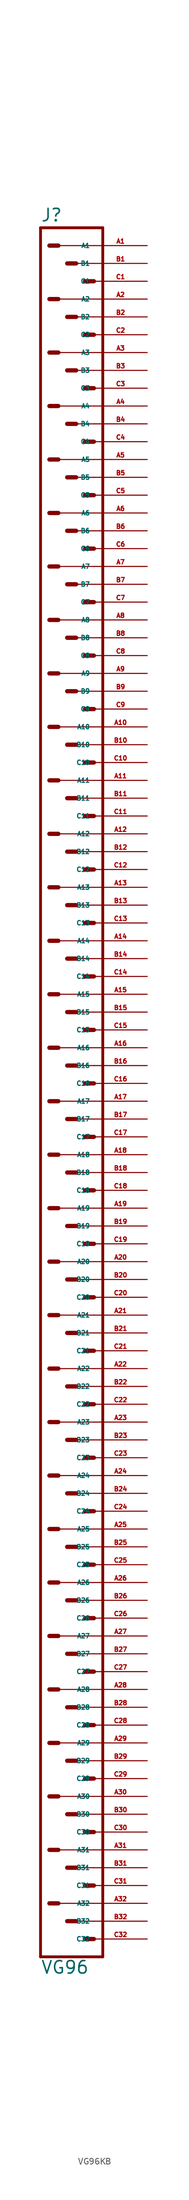
<source format=kicad_sym>
(kicad_symbol_lib
  (version 20220914)
  (generator Eagle2Kicad)
  (symbol "VG96KB"
    (property "Reference" "J"
      (at -5.08 112.522 0)
      (effects (font (size 1.778 1.778) (thickness 0.22)) (justify left bottom)))
    (property "Value" "VG96"
      (at -5.08 -137.16 0)
      (effects (font (size 1.778 1.778) (thickness 0.22)) (justify left bottom)))
    (polyline
      (pts (xy 3.81 -134.62) (xy -5.08 -134.62))
      (stroke (width 0.406) (type default))
      (fill (type none)))
    (polyline
      (pts (xy -5.08 111.76) (xy -5.08 -134.62))
      (stroke (width 0.406) (type default))
      (fill (type none)))
    (polyline
      (pts (xy -5.08 111.76) (xy 3.81 111.76))
      (stroke (width 0.406) (type default))
      (fill (type none)))
    (polyline
      (pts (xy 3.81 -134.62) (xy 3.81 111.76))
      (stroke (width 0.406) (type default))
      (fill (type none)))
    (polyline
      (pts (xy 2.54 106.68) (xy 0 106.68))
      (stroke (width 0.152) (type default))
      (fill (type none)))
    (polyline
      (pts (xy -2.54 109.22) (xy 2.54 109.22))
      (stroke (width 0.152) (type default))
      (fill (type none)))
    (polyline
      (pts (xy 2.54 99.06) (xy 0 99.06))
      (stroke (width 0.152) (type default))
      (fill (type none)))
    (polyline
      (pts (xy -2.54 101.6) (xy 2.54 101.6))
      (stroke (width 0.152) (type default))
      (fill (type none)))
    (polyline
      (pts (xy 2.54 91.44) (xy 0 91.44))
      (stroke (width 0.152) (type default))
      (fill (type none)))
    (polyline
      (pts (xy -2.54 93.98) (xy 2.54 93.98))
      (stroke (width 0.152) (type default))
      (fill (type none)))
    (polyline
      (pts (xy -2.54 86.36) (xy 2.54 86.36))
      (stroke (width 0.152) (type default))
      (fill (type none)))
    (polyline
      (pts (xy 2.54 83.82) (xy 0 83.82))
      (stroke (width 0.152) (type default))
      (fill (type none)))
    (polyline
      (pts (xy 2.54 76.2) (xy 0 76.2))
      (stroke (width 0.152) (type default))
      (fill (type none)))
    (polyline
      (pts (xy -2.54 78.74) (xy 2.54 78.74))
      (stroke (width 0.152) (type default))
      (fill (type none)))
    (polyline
      (pts (xy 2.54 68.58) (xy 0 68.58))
      (stroke (width 0.152) (type default))
      (fill (type none)))
    (polyline
      (pts (xy -2.54 71.12) (xy 2.54 71.12))
      (stroke (width 0.152) (type default))
      (fill (type none)))
    (polyline
      (pts (xy 2.54 60.96) (xy 0 60.96))
      (stroke (width 0.152) (type default))
      (fill (type none)))
    (polyline
      (pts (xy -2.54 63.5) (xy 2.54 63.5))
      (stroke (width 0.152) (type default))
      (fill (type none)))
    (polyline
      (pts (xy 2.54 53.34) (xy 0 53.34))
      (stroke (width 0.152) (type default))
      (fill (type none)))
    (polyline
      (pts (xy -2.54 55.88) (xy 2.54 55.88))
      (stroke (width 0.152) (type default))
      (fill (type none)))
    (polyline
      (pts (xy 2.54 45.72) (xy 0 45.72))
      (stroke (width 0.152) (type default))
      (fill (type none)))
    (polyline
      (pts (xy -2.54 48.26) (xy 2.54 48.26))
      (stroke (width 0.152) (type default))
      (fill (type none)))
    (polyline
      (pts (xy 2.54 38.1) (xy 0 38.1))
      (stroke (width 0.152) (type default))
      (fill (type none)))
    (polyline
      (pts (xy -2.54 40.64) (xy 2.54 40.64))
      (stroke (width 0.152) (type default))
      (fill (type none)))
    (polyline
      (pts (xy 2.54 30.48) (xy 0 30.48))
      (stroke (width 0.152) (type default))
      (fill (type none)))
    (polyline
      (pts (xy -2.54 33.02) (xy 2.54 33.02))
      (stroke (width 0.152) (type default))
      (fill (type none)))
    (polyline
      (pts (xy 2.54 22.86) (xy 0 22.86))
      (stroke (width 0.152) (type default))
      (fill (type none)))
    (polyline
      (pts (xy -2.54 25.4) (xy 2.54 25.4))
      (stroke (width 0.152) (type default))
      (fill (type none)))
    (polyline
      (pts (xy 2.54 15.24) (xy 0 15.24))
      (stroke (width 0.152) (type default))
      (fill (type none)))
    (polyline
      (pts (xy -2.54 17.78) (xy 2.54 17.78))
      (stroke (width 0.152) (type default))
      (fill (type none)))
    (polyline
      (pts (xy 2.54 7.62) (xy 0 7.62))
      (stroke (width 0.152) (type default))
      (fill (type none)))
    (polyline
      (pts (xy -2.54 10.16) (xy 2.54 10.16))
      (stroke (width 0.152) (type default))
      (fill (type none)))
    (polyline
      (pts (xy 2.54 0) (xy 0 0))
      (stroke (width 0.152) (type default))
      (fill (type none)))
    (polyline
      (pts (xy -2.54 2.54) (xy 2.54 2.54))
      (stroke (width 0.152) (type default))
      (fill (type none)))
    (polyline
      (pts (xy 2.54 -7.62) (xy 0 -7.62))
      (stroke (width 0.152) (type default))
      (fill (type none)))
    (polyline
      (pts (xy -2.54 -5.08) (xy 2.54 -5.08))
      (stroke (width 0.152) (type default))
      (fill (type none)))
    (polyline
      (pts (xy 2.54 -15.24) (xy 0 -15.24))
      (stroke (width 0.152) (type default))
      (fill (type none)))
    (polyline
      (pts (xy -2.54 -12.7) (xy 2.54 -12.7))
      (stroke (width 0.152) (type default))
      (fill (type none)))
    (polyline
      (pts (xy 2.54 -22.86) (xy 0 -22.86))
      (stroke (width 0.152) (type default))
      (fill (type none)))
    (polyline
      (pts (xy -2.54 -20.32) (xy 2.54 -20.32))
      (stroke (width 0.152) (type default))
      (fill (type none)))
    (polyline
      (pts (xy 2.54 -30.48) (xy 0 -30.48))
      (stroke (width 0.152) (type default))
      (fill (type none)))
    (polyline
      (pts (xy -2.54 -27.94) (xy 2.54 -27.94))
      (stroke (width 0.152) (type default))
      (fill (type none)))
    (polyline
      (pts (xy 2.54 -38.1) (xy 0 -38.1))
      (stroke (width 0.152) (type default))
      (fill (type none)))
    (polyline
      (pts (xy -2.54 -35.56) (xy 2.54 -35.56))
      (stroke (width 0.152) (type default))
      (fill (type none)))
    (polyline
      (pts (xy 2.54 -45.72) (xy 0 -45.72))
      (stroke (width 0.152) (type default))
      (fill (type none)))
    (polyline
      (pts (xy -2.54 -43.18) (xy 2.54 -43.18))
      (stroke (width 0.152) (type default))
      (fill (type none)))
    (polyline
      (pts (xy 2.54 -53.34) (xy 0 -53.34))
      (stroke (width 0.152) (type default))
      (fill (type none)))
    (polyline
      (pts (xy -2.54 -50.8) (xy 2.54 -50.8))
      (stroke (width 0.152) (type default))
      (fill (type none)))
    (polyline
      (pts (xy 2.54 -60.96) (xy 0 -60.96))
      (stroke (width 0.152) (type default))
      (fill (type none)))
    (polyline
      (pts (xy -2.54 -58.42) (xy 2.54 -58.42))
      (stroke (width 0.152) (type default))
      (fill (type none)))
    (polyline
      (pts (xy 2.54 -68.58) (xy 0 -68.58))
      (stroke (width 0.152) (type default))
      (fill (type none)))
    (polyline
      (pts (xy -2.54 -66.04) (xy 2.54 -66.04))
      (stroke (width 0.152) (type default))
      (fill (type none)))
    (polyline
      (pts (xy 2.54 -76.2) (xy 0 -76.2))
      (stroke (width 0.152) (type default))
      (fill (type none)))
    (polyline
      (pts (xy -2.54 -73.66) (xy 2.54 -73.66))
      (stroke (width 0.152) (type default))
      (fill (type none)))
    (polyline
      (pts (xy 2.54 -83.82) (xy 0 -83.82))
      (stroke (width 0.152) (type default))
      (fill (type none)))
    (polyline
      (pts (xy -2.54 -81.28) (xy 2.54 -81.28))
      (stroke (width 0.152) (type default))
      (fill (type none)))
    (polyline
      (pts (xy 2.54 -91.44) (xy 0 -91.44))
      (stroke (width 0.152) (type default))
      (fill (type none)))
    (polyline
      (pts (xy 2.54 -99.06) (xy 0 -99.06))
      (stroke (width 0.152) (type default))
      (fill (type none)))
    (polyline
      (pts (xy 2.54 -106.68) (xy 0 -106.68))
      (stroke (width 0.152) (type default))
      (fill (type none)))
    (polyline
      (pts (xy -2.54 -88.9) (xy 2.54 -88.9))
      (stroke (width 0.152) (type default))
      (fill (type none)))
    (polyline
      (pts (xy -2.54 -96.52) (xy 2.54 -96.52))
      (stroke (width 0.152) (type default))
      (fill (type none)))
    (polyline
      (pts (xy -2.54 -104.14) (xy 2.54 -104.14))
      (stroke (width 0.152) (type default))
      (fill (type none)))
    (polyline
      (pts (xy 2.54 -114.3) (xy 0 -114.3))
      (stroke (width 0.152) (type default))
      (fill (type none)))
    (polyline
      (pts (xy -2.54 -111.76) (xy 2.54 -111.76))
      (stroke (width 0.152) (type default))
      (fill (type none)))
    (polyline
      (pts (xy 2.54 -121.92) (xy 0 -121.92))
      (stroke (width 0.152) (type default))
      (fill (type none)))
    (polyline
      (pts (xy -2.54 -119.38) (xy 2.54 -119.38))
      (stroke (width 0.152) (type default))
      (fill (type none)))
    (polyline
      (pts (xy -2.54 -127) (xy 2.54 -127))
      (stroke (width 0.152) (type default))
      (fill (type none)))
    (polyline
      (pts (xy 2.54 -129.54) (xy 0 -129.54))
      (stroke (width 0.152) (type default))
      (fill (type none)))
    (polyline
      (pts (xy -3.81 -127) (xy -2.54 -127))
      (stroke (width 0.61) (type default))
      (fill (type none)))
    (polyline
      (pts (xy -1.27 -129.54) (xy 0 -129.54))
      (stroke (width 0.61) (type default))
      (fill (type none)))
    (polyline
      (pts (xy 1.27 -132.08) (xy 2.54 -132.08))
      (stroke (width 0.61) (type default))
      (fill (type none)))
    (polyline
      (pts (xy -3.81 -119.38) (xy -2.54 -119.38))
      (stroke (width 0.61) (type default))
      (fill (type none)))
    (polyline
      (pts (xy -1.27 -121.92) (xy 0 -121.92))
      (stroke (width 0.61) (type default))
      (fill (type none)))
    (polyline
      (pts (xy 1.27 -124.46) (xy 2.54 -124.46))
      (stroke (width 0.61) (type default))
      (fill (type none)))
    (polyline
      (pts (xy -3.81 -111.76) (xy -2.54 -111.76))
      (stroke (width 0.61) (type default))
      (fill (type none)))
    (polyline
      (pts (xy -1.27 -114.3) (xy 0 -114.3))
      (stroke (width 0.61) (type default))
      (fill (type none)))
    (polyline
      (pts (xy 1.27 -116.84) (xy 2.54 -116.84))
      (stroke (width 0.61) (type default))
      (fill (type none)))
    (polyline
      (pts (xy -3.81 -104.14) (xy -2.54 -104.14))
      (stroke (width 0.61) (type default))
      (fill (type none)))
    (polyline
      (pts (xy -1.27 -106.68) (xy 0 -106.68))
      (stroke (width 0.61) (type default))
      (fill (type none)))
    (polyline
      (pts (xy 1.27 -109.22) (xy 2.54 -109.22))
      (stroke (width 0.61) (type default))
      (fill (type none)))
    (polyline
      (pts (xy -3.81 -96.52) (xy -2.54 -96.52))
      (stroke (width 0.61) (type default))
      (fill (type none)))
    (polyline
      (pts (xy -1.27 -99.06) (xy 0 -99.06))
      (stroke (width 0.61) (type default))
      (fill (type none)))
    (polyline
      (pts (xy 1.27 -101.6) (xy 2.54 -101.6))
      (stroke (width 0.61) (type default))
      (fill (type none)))
    (polyline
      (pts (xy -3.81 -88.9) (xy -2.54 -88.9))
      (stroke (width 0.61) (type default))
      (fill (type none)))
    (polyline
      (pts (xy -1.27 -91.44) (xy 0 -91.44))
      (stroke (width 0.61) (type default))
      (fill (type none)))
    (polyline
      (pts (xy 1.27 -93.98) (xy 2.54 -93.98))
      (stroke (width 0.61) (type default))
      (fill (type none)))
    (polyline
      (pts (xy -3.81 -81.28) (xy -2.54 -81.28))
      (stroke (width 0.61) (type default))
      (fill (type none)))
    (polyline
      (pts (xy -1.27 -83.82) (xy 0 -83.82))
      (stroke (width 0.61) (type default))
      (fill (type none)))
    (polyline
      (pts (xy 1.27 -86.36) (xy 2.54 -86.36))
      (stroke (width 0.61) (type default))
      (fill (type none)))
    (polyline
      (pts (xy -3.81 -73.66) (xy -2.54 -73.66))
      (stroke (width 0.61) (type default))
      (fill (type none)))
    (polyline
      (pts (xy -1.27 -76.2) (xy 0 -76.2))
      (stroke (width 0.61) (type default))
      (fill (type none)))
    (polyline
      (pts (xy 1.27 -78.74) (xy 2.54 -78.74))
      (stroke (width 0.61) (type default))
      (fill (type none)))
    (polyline
      (pts (xy -3.81 -66.04) (xy -2.54 -66.04))
      (stroke (width 0.61) (type default))
      (fill (type none)))
    (polyline
      (pts (xy -1.27 -68.58) (xy 0 -68.58))
      (stroke (width 0.61) (type default))
      (fill (type none)))
    (polyline
      (pts (xy 1.27 -71.12) (xy 2.54 -71.12))
      (stroke (width 0.61) (type default))
      (fill (type none)))
    (polyline
      (pts (xy -3.81 -58.42) (xy -2.54 -58.42))
      (stroke (width 0.61) (type default))
      (fill (type none)))
    (polyline
      (pts (xy -1.27 -60.96) (xy 0 -60.96))
      (stroke (width 0.61) (type default))
      (fill (type none)))
    (polyline
      (pts (xy 1.27 -63.5) (xy 2.54 -63.5))
      (stroke (width 0.61) (type default))
      (fill (type none)))
    (polyline
      (pts (xy -3.81 -50.8) (xy -2.54 -50.8))
      (stroke (width 0.61) (type default))
      (fill (type none)))
    (polyline
      (pts (xy -1.27 -53.34) (xy 0 -53.34))
      (stroke (width 0.61) (type default))
      (fill (type none)))
    (polyline
      (pts (xy 1.27 -55.88) (xy 2.54 -55.88))
      (stroke (width 0.61) (type default))
      (fill (type none)))
    (polyline
      (pts (xy -3.81 -43.18) (xy -2.54 -43.18))
      (stroke (width 0.61) (type default))
      (fill (type none)))
    (polyline
      (pts (xy -1.27 -45.72) (xy 0 -45.72))
      (stroke (width 0.61) (type default))
      (fill (type none)))
    (polyline
      (pts (xy 1.27 -48.26) (xy 2.54 -48.26))
      (stroke (width 0.61) (type default))
      (fill (type none)))
    (polyline
      (pts (xy -3.81 -35.56) (xy -2.54 -35.56))
      (stroke (width 0.61) (type default))
      (fill (type none)))
    (polyline
      (pts (xy -1.27 -38.1) (xy 0 -38.1))
      (stroke (width 0.61) (type default))
      (fill (type none)))
    (polyline
      (pts (xy 1.27 -40.64) (xy 2.54 -40.64))
      (stroke (width 0.61) (type default))
      (fill (type none)))
    (polyline
      (pts (xy -3.81 -27.94) (xy -2.54 -27.94))
      (stroke (width 0.61) (type default))
      (fill (type none)))
    (polyline
      (pts (xy -1.27 -30.48) (xy 0 -30.48))
      (stroke (width 0.61) (type default))
      (fill (type none)))
    (polyline
      (pts (xy 1.27 -33.02) (xy 2.54 -33.02))
      (stroke (width 0.61) (type default))
      (fill (type none)))
    (polyline
      (pts (xy -3.81 -20.32) (xy -2.54 -20.32))
      (stroke (width 0.61) (type default))
      (fill (type none)))
    (polyline
      (pts (xy -1.27 -22.86) (xy 0 -22.86))
      (stroke (width 0.61) (type default))
      (fill (type none)))
    (polyline
      (pts (xy 1.27 -25.4) (xy 2.54 -25.4))
      (stroke (width 0.61) (type default))
      (fill (type none)))
    (polyline
      (pts (xy -3.81 -12.7) (xy -2.54 -12.7))
      (stroke (width 0.61) (type default))
      (fill (type none)))
    (polyline
      (pts (xy -1.27 -15.24) (xy 0 -15.24))
      (stroke (width 0.61) (type default))
      (fill (type none)))
    (polyline
      (pts (xy 1.27 -17.78) (xy 2.54 -17.78))
      (stroke (width 0.61) (type default))
      (fill (type none)))
    (polyline
      (pts (xy -3.81 -5.08) (xy -2.54 -5.08))
      (stroke (width 0.61) (type default))
      (fill (type none)))
    (polyline
      (pts (xy -1.27 -7.62) (xy 0 -7.62))
      (stroke (width 0.61) (type default))
      (fill (type none)))
    (polyline
      (pts (xy 1.27 -10.16) (xy 2.54 -10.16))
      (stroke (width 0.61) (type default))
      (fill (type none)))
    (polyline
      (pts (xy -3.81 2.54) (xy -2.54 2.54))
      (stroke (width 0.61) (type default))
      (fill (type none)))
    (polyline
      (pts (xy -1.27 0) (xy 0 0))
      (stroke (width 0.61) (type default))
      (fill (type none)))
    (polyline
      (pts (xy 1.27 -2.54) (xy 2.54 -2.54))
      (stroke (width 0.61) (type default))
      (fill (type none)))
    (polyline
      (pts (xy -3.81 10.16) (xy -2.54 10.16))
      (stroke (width 0.61) (type default))
      (fill (type none)))
    (polyline
      (pts (xy -1.27 7.62) (xy 0 7.62))
      (stroke (width 0.61) (type default))
      (fill (type none)))
    (polyline
      (pts (xy 1.27 5.08) (xy 2.54 5.08))
      (stroke (width 0.61) (type default))
      (fill (type none)))
    (polyline
      (pts (xy -3.81 17.78) (xy -2.54 17.78))
      (stroke (width 0.61) (type default))
      (fill (type none)))
    (polyline
      (pts (xy -1.27 15.24) (xy 0 15.24))
      (stroke (width 0.61) (type default))
      (fill (type none)))
    (polyline
      (pts (xy 1.27 12.7) (xy 2.54 12.7))
      (stroke (width 0.61) (type default))
      (fill (type none)))
    (polyline
      (pts (xy -3.81 25.4) (xy -2.54 25.4))
      (stroke (width 0.61) (type default))
      (fill (type none)))
    (polyline
      (pts (xy -1.27 22.86) (xy 0 22.86))
      (stroke (width 0.61) (type default))
      (fill (type none)))
    (polyline
      (pts (xy 1.27 20.32) (xy 2.54 20.32))
      (stroke (width 0.61) (type default))
      (fill (type none)))
    (polyline
      (pts (xy -3.81 33.02) (xy -2.54 33.02))
      (stroke (width 0.61) (type default))
      (fill (type none)))
    (polyline
      (pts (xy -1.27 30.48) (xy 0 30.48))
      (stroke (width 0.61) (type default))
      (fill (type none)))
    (polyline
      (pts (xy 1.27 27.94) (xy 2.54 27.94))
      (stroke (width 0.61) (type default))
      (fill (type none)))
    (polyline
      (pts (xy -3.81 40.64) (xy -2.54 40.64))
      (stroke (width 0.61) (type default))
      (fill (type none)))
    (polyline
      (pts (xy -1.27 38.1) (xy 0 38.1))
      (stroke (width 0.61) (type default))
      (fill (type none)))
    (polyline
      (pts (xy 1.27 35.56) (xy 2.54 35.56))
      (stroke (width 0.61) (type default))
      (fill (type none)))
    (polyline
      (pts (xy -3.81 48.26) (xy -2.54 48.26))
      (stroke (width 0.61) (type default))
      (fill (type none)))
    (polyline
      (pts (xy -1.27 45.72) (xy 0 45.72))
      (stroke (width 0.61) (type default))
      (fill (type none)))
    (polyline
      (pts (xy 1.27 43.18) (xy 2.54 43.18))
      (stroke (width 0.61) (type default))
      (fill (type none)))
    (polyline
      (pts (xy -3.81 55.88) (xy -2.54 55.88))
      (stroke (width 0.61) (type default))
      (fill (type none)))
    (polyline
      (pts (xy -1.27 53.34) (xy 0 53.34))
      (stroke (width 0.61) (type default))
      (fill (type none)))
    (polyline
      (pts (xy 1.27 50.8) (xy 2.54 50.8))
      (stroke (width 0.61) (type default))
      (fill (type none)))
    (polyline
      (pts (xy -3.81 63.5) (xy -2.54 63.5))
      (stroke (width 0.61) (type default))
      (fill (type none)))
    (polyline
      (pts (xy -1.27 60.96) (xy 0 60.96))
      (stroke (width 0.61) (type default))
      (fill (type none)))
    (polyline
      (pts (xy 1.27 58.42) (xy 2.54 58.42))
      (stroke (width 0.61) (type default))
      (fill (type none)))
    (polyline
      (pts (xy -3.81 71.12) (xy -2.54 71.12))
      (stroke (width 0.61) (type default))
      (fill (type none)))
    (polyline
      (pts (xy -1.27 68.58) (xy 0 68.58))
      (stroke (width 0.61) (type default))
      (fill (type none)))
    (polyline
      (pts (xy 1.27 66.04) (xy 2.54 66.04))
      (stroke (width 0.61) (type default))
      (fill (type none)))
    (polyline
      (pts (xy -3.81 78.74) (xy -2.54 78.74))
      (stroke (width 0.61) (type default))
      (fill (type none)))
    (polyline
      (pts (xy -1.27 76.2) (xy 0 76.2))
      (stroke (width 0.61) (type default))
      (fill (type none)))
    (polyline
      (pts (xy 1.27 73.66) (xy 2.54 73.66))
      (stroke (width 0.61) (type default))
      (fill (type none)))
    (polyline
      (pts (xy -3.81 86.36) (xy -2.54 86.36))
      (stroke (width 0.61) (type default))
      (fill (type none)))
    (polyline
      (pts (xy -1.27 83.82) (xy 0 83.82))
      (stroke (width 0.61) (type default))
      (fill (type none)))
    (polyline
      (pts (xy 1.27 81.28) (xy 2.54 81.28))
      (stroke (width 0.61) (type default))
      (fill (type none)))
    (polyline
      (pts (xy -3.81 93.98) (xy -2.54 93.98))
      (stroke (width 0.61) (type default))
      (fill (type none)))
    (polyline
      (pts (xy -1.27 91.44) (xy 0 91.44))
      (stroke (width 0.61) (type default))
      (fill (type none)))
    (polyline
      (pts (xy 1.27 88.9) (xy 2.54 88.9))
      (stroke (width 0.61) (type default))
      (fill (type none)))
    (polyline
      (pts (xy -3.81 101.6) (xy -2.54 101.6))
      (stroke (width 0.61) (type default))
      (fill (type none)))
    (polyline
      (pts (xy -1.27 99.06) (xy 0 99.06))
      (stroke (width 0.61) (type default))
      (fill (type none)))
    (polyline
      (pts (xy 1.27 96.52) (xy 2.54 96.52))
      (stroke (width 0.61) (type default))
      (fill (type none)))
    (polyline
      (pts (xy -3.81 109.22) (xy -2.54 109.22))
      (stroke (width 0.61) (type default))
      (fill (type none)))
    (polyline
      (pts (xy -1.27 106.68) (xy 0 106.68))
      (stroke (width 0.61) (type default))
      (fill (type none)))
    (polyline
      (pts (xy 1.27 104.14) (xy 2.54 104.14))
      (stroke (width 0.61) (type default))
      (fill (type none)))
    (pin passive line
      (at 10.16 106.68 180)
      (length 7.62)
      (name "B1" (effects (font (size 0.635 0.635) (thickness 0.08)) (justify left bottom)))
      (number "B1" (effects (font (size 0.635 0.635) (thickness 0.08)) (justify left bottom))))
    (pin passive line
      (at 10.16 99.06 180)
      (length 7.62)
      (name "B2" (effects (font (size 0.635 0.635) (thickness 0.08)) (justify left bottom)))
      (number "B2" (effects (font (size 0.635 0.635) (thickness 0.08)) (justify left bottom))))
    (pin passive line
      (at 10.16 91.44 180)
      (length 7.62)
      (name "B3" (effects (font (size 0.635 0.635) (thickness 0.08)) (justify left bottom)))
      (number "B3" (effects (font (size 0.635 0.635) (thickness 0.08)) (justify left bottom))))
    (pin passive line
      (at 10.16 83.82 180)
      (length 7.62)
      (name "B4" (effects (font (size 0.635 0.635) (thickness 0.08)) (justify left bottom)))
      (number "B4" (effects (font (size 0.635 0.635) (thickness 0.08)) (justify left bottom))))
    (pin passive line
      (at 10.16 76.2 180)
      (length 7.62)
      (name "B5" (effects (font (size 0.635 0.635) (thickness 0.08)) (justify left bottom)))
      (number "B5" (effects (font (size 0.635 0.635) (thickness 0.08)) (justify left bottom))))
    (pin passive line
      (at 10.16 68.58 180)
      (length 7.62)
      (name "B6" (effects (font (size 0.635 0.635) (thickness 0.08)) (justify left bottom)))
      (number "B6" (effects (font (size 0.635 0.635) (thickness 0.08)) (justify left bottom))))
    (pin passive line
      (at 10.16 60.96 180)
      (length 7.62)
      (name "B7" (effects (font (size 0.635 0.635) (thickness 0.08)) (justify left bottom)))
      (number "B7" (effects (font (size 0.635 0.635) (thickness 0.08)) (justify left bottom))))
    (pin passive line
      (at 10.16 53.34 180)
      (length 7.62)
      (name "B8" (effects (font (size 0.635 0.635) (thickness 0.08)) (justify left bottom)))
      (number "B8" (effects (font (size 0.635 0.635) (thickness 0.08)) (justify left bottom))))
    (pin passive line
      (at 10.16 45.72 180)
      (length 7.62)
      (name "B9" (effects (font (size 0.635 0.635) (thickness 0.08)) (justify left bottom)))
      (number "B9" (effects (font (size 0.635 0.635) (thickness 0.08)) (justify left bottom))))
    (pin passive line
      (at 10.16 38.1 180)
      (length 7.62)
      (name "B10" (effects (font (size 0.635 0.635) (thickness 0.08)) (justify left bottom)))
      (number "B10" (effects (font (size 0.635 0.635) (thickness 0.08)) (justify left bottom))))
    (pin passive line
      (at 10.16 30.48 180)
      (length 7.62)
      (name "B11" (effects (font (size 0.635 0.635) (thickness 0.08)) (justify left bottom)))
      (number "B11" (effects (font (size 0.635 0.635) (thickness 0.08)) (justify left bottom))))
    (pin passive line
      (at 10.16 22.86 180)
      (length 7.62)
      (name "B12" (effects (font (size 0.635 0.635) (thickness 0.08)) (justify left bottom)))
      (number "B12" (effects (font (size 0.635 0.635) (thickness 0.08)) (justify left bottom))))
    (pin passive line
      (at 10.16 15.24 180)
      (length 7.62)
      (name "B13" (effects (font (size 0.635 0.635) (thickness 0.08)) (justify left bottom)))
      (number "B13" (effects (font (size 0.635 0.635) (thickness 0.08)) (justify left bottom))))
    (pin passive line
      (at 10.16 7.62 180)
      (length 7.62)
      (name "B14" (effects (font (size 0.635 0.635) (thickness 0.08)) (justify left bottom)))
      (number "B14" (effects (font (size 0.635 0.635) (thickness 0.08)) (justify left bottom))))
    (pin passive line
      (at 10.16 0 180)
      (length 7.62)
      (name "B15" (effects (font (size 0.635 0.635) (thickness 0.08)) (justify left bottom)))
      (number "B15" (effects (font (size 0.635 0.635) (thickness 0.08)) (justify left bottom))))
    (pin passive line
      (at 10.16 -7.62 180)
      (length 7.62)
      (name "B16" (effects (font (size 0.635 0.635) (thickness 0.08)) (justify left bottom)))
      (number "B16" (effects (font (size 0.635 0.635) (thickness 0.08)) (justify left bottom))))
    (pin passive line
      (at 10.16 -15.24 180)
      (length 7.62)
      (name "B17" (effects (font (size 0.635 0.635) (thickness 0.08)) (justify left bottom)))
      (number "B17" (effects (font (size 0.635 0.635) (thickness 0.08)) (justify left bottom))))
    (pin passive line
      (at 10.16 -22.86 180)
      (length 7.62)
      (name "B18" (effects (font (size 0.635 0.635) (thickness 0.08)) (justify left bottom)))
      (number "B18" (effects (font (size 0.635 0.635) (thickness 0.08)) (justify left bottom))))
    (pin passive line
      (at 10.16 -30.48 180)
      (length 7.62)
      (name "B19" (effects (font (size 0.635 0.635) (thickness 0.08)) (justify left bottom)))
      (number "B19" (effects (font (size 0.635 0.635) (thickness 0.08)) (justify left bottom))))
    (pin passive line
      (at 10.16 -38.1 180)
      (length 7.62)
      (name "B20" (effects (font (size 0.635 0.635) (thickness 0.08)) (justify left bottom)))
      (number "B20" (effects (font (size 0.635 0.635) (thickness 0.08)) (justify left bottom))))
    (pin passive line
      (at 10.16 -45.72 180)
      (length 7.62)
      (name "B21" (effects (font (size 0.635 0.635) (thickness 0.08)) (justify left bottom)))
      (number "B21" (effects (font (size 0.635 0.635) (thickness 0.08)) (justify left bottom))))
    (pin passive line
      (at 10.16 -53.34 180)
      (length 7.62)
      (name "B22" (effects (font (size 0.635 0.635) (thickness 0.08)) (justify left bottom)))
      (number "B22" (effects (font (size 0.635 0.635) (thickness 0.08)) (justify left bottom))))
    (pin passive line
      (at 10.16 -60.96 180)
      (length 7.62)
      (name "B23" (effects (font (size 0.635 0.635) (thickness 0.08)) (justify left bottom)))
      (number "B23" (effects (font (size 0.635 0.635) (thickness 0.08)) (justify left bottom))))
    (pin passive line
      (at 10.16 -68.58 180)
      (length 7.62)
      (name "B24" (effects (font (size 0.635 0.635) (thickness 0.08)) (justify left bottom)))
      (number "B24" (effects (font (size 0.635 0.635) (thickness 0.08)) (justify left bottom))))
    (pin passive line
      (at 10.16 -76.2 180)
      (length 7.62)
      (name "B25" (effects (font (size 0.635 0.635) (thickness 0.08)) (justify left bottom)))
      (number "B25" (effects (font (size 0.635 0.635) (thickness 0.08)) (justify left bottom))))
    (pin passive line
      (at 10.16 -83.82 180)
      (length 7.62)
      (name "B26" (effects (font (size 0.635 0.635) (thickness 0.08)) (justify left bottom)))
      (number "B26" (effects (font (size 0.635 0.635) (thickness 0.08)) (justify left bottom))))
    (pin passive line
      (at 10.16 -91.44 180)
      (length 7.62)
      (name "B27" (effects (font (size 0.635 0.635) (thickness 0.08)) (justify left bottom)))
      (number "B27" (effects (font (size 0.635 0.635) (thickness 0.08)) (justify left bottom))))
    (pin passive line
      (at 10.16 -99.06 180)
      (length 7.62)
      (name "B28" (effects (font (size 0.635 0.635) (thickness 0.08)) (justify left bottom)))
      (number "B28" (effects (font (size 0.635 0.635) (thickness 0.08)) (justify left bottom))))
    (pin passive line
      (at 10.16 -106.68 180)
      (length 7.62)
      (name "B29" (effects (font (size 0.635 0.635) (thickness 0.08)) (justify left bottom)))
      (number "B29" (effects (font (size 0.635 0.635) (thickness 0.08)) (justify left bottom))))
    (pin passive line
      (at 10.16 -114.3 180)
      (length 7.62)
      (name "B30" (effects (font (size 0.635 0.635) (thickness 0.08)) (justify left bottom)))
      (number "B30" (effects (font (size 0.635 0.635) (thickness 0.08)) (justify left bottom))))
    (pin passive line
      (at 10.16 -121.92 180)
      (length 7.62)
      (name "B31" (effects (font (size 0.635 0.635) (thickness 0.08)) (justify left bottom)))
      (number "B31" (effects (font (size 0.635 0.635) (thickness 0.08)) (justify left bottom))))
    (pin passive line
      (at 10.16 -129.54 180)
      (length 7.62)
      (name "B32" (effects (font (size 0.635 0.635) (thickness 0.08)) (justify left bottom)))
      (number "B32" (effects (font (size 0.635 0.635) (thickness 0.08)) (justify left bottom))))
    (pin passive line
      (at 10.16 109.22 180)
      (length 7.62)
      (name "A1" (effects (font (size 0.635 0.635) (thickness 0.08)) (justify left bottom)))
      (number "A1" (effects (font (size 0.635 0.635) (thickness 0.08)) (justify left bottom))))
    (pin passive line
      (at 10.16 101.6 180)
      (length 7.62)
      (name "A2" (effects (font (size 0.635 0.635) (thickness 0.08)) (justify left bottom)))
      (number "A2" (effects (font (size 0.635 0.635) (thickness 0.08)) (justify left bottom))))
    (pin passive line
      (at 10.16 93.98 180)
      (length 7.62)
      (name "A3" (effects (font (size 0.635 0.635) (thickness 0.08)) (justify left bottom)))
      (number "A3" (effects (font (size 0.635 0.635) (thickness 0.08)) (justify left bottom))))
    (pin passive line
      (at 10.16 86.36 180)
      (length 7.62)
      (name "A4" (effects (font (size 0.635 0.635) (thickness 0.08)) (justify left bottom)))
      (number "A4" (effects (font (size 0.635 0.635) (thickness 0.08)) (justify left bottom))))
    (pin passive line
      (at 10.16 78.74 180)
      (length 7.62)
      (name "A5" (effects (font (size 0.635 0.635) (thickness 0.08)) (justify left bottom)))
      (number "A5" (effects (font (size 0.635 0.635) (thickness 0.08)) (justify left bottom))))
    (pin passive line
      (at 10.16 71.12 180)
      (length 7.62)
      (name "A6" (effects (font (size 0.635 0.635) (thickness 0.08)) (justify left bottom)))
      (number "A6" (effects (font (size 0.635 0.635) (thickness 0.08)) (justify left bottom))))
    (pin passive line
      (at 10.16 63.5 180)
      (length 7.62)
      (name "A7" (effects (font (size 0.635 0.635) (thickness 0.08)) (justify left bottom)))
      (number "A7" (effects (font (size 0.635 0.635) (thickness 0.08)) (justify left bottom))))
    (pin passive line
      (at 10.16 55.88 180)
      (length 7.62)
      (name "A8" (effects (font (size 0.635 0.635) (thickness 0.08)) (justify left bottom)))
      (number "A8" (effects (font (size 0.635 0.635) (thickness 0.08)) (justify left bottom))))
    (pin passive line
      (at 10.16 48.26 180)
      (length 7.62)
      (name "A9" (effects (font (size 0.635 0.635) (thickness 0.08)) (justify left bottom)))
      (number "A9" (effects (font (size 0.635 0.635) (thickness 0.08)) (justify left bottom))))
    (pin passive line
      (at 10.16 40.64 180)
      (length 7.62)
      (name "A10" (effects (font (size 0.635 0.635) (thickness 0.08)) (justify left bottom)))
      (number "A10" (effects (font (size 0.635 0.635) (thickness 0.08)) (justify left bottom))))
    (pin passive line
      (at 10.16 33.02 180)
      (length 7.62)
      (name "A11" (effects (font (size 0.635 0.635) (thickness 0.08)) (justify left bottom)))
      (number "A11" (effects (font (size 0.635 0.635) (thickness 0.08)) (justify left bottom))))
    (pin passive line
      (at 10.16 25.4 180)
      (length 7.62)
      (name "A12" (effects (font (size 0.635 0.635) (thickness 0.08)) (justify left bottom)))
      (number "A12" (effects (font (size 0.635 0.635) (thickness 0.08)) (justify left bottom))))
    (pin passive line
      (at 10.16 17.78 180)
      (length 7.62)
      (name "A13" (effects (font (size 0.635 0.635) (thickness 0.08)) (justify left bottom)))
      (number "A13" (effects (font (size 0.635 0.635) (thickness 0.08)) (justify left bottom))))
    (pin passive line
      (at 10.16 10.16 180)
      (length 7.62)
      (name "A14" (effects (font (size 0.635 0.635) (thickness 0.08)) (justify left bottom)))
      (number "A14" (effects (font (size 0.635 0.635) (thickness 0.08)) (justify left bottom))))
    (pin passive line
      (at 10.16 2.54 180)
      (length 7.62)
      (name "A15" (effects (font (size 0.635 0.635) (thickness 0.08)) (justify left bottom)))
      (number "A15" (effects (font (size 0.635 0.635) (thickness 0.08)) (justify left bottom))))
    (pin passive line
      (at 10.16 -5.08 180)
      (length 7.62)
      (name "A16" (effects (font (size 0.635 0.635) (thickness 0.08)) (justify left bottom)))
      (number "A16" (effects (font (size 0.635 0.635) (thickness 0.08)) (justify left bottom))))
    (pin passive line
      (at 10.16 -12.7 180)
      (length 7.62)
      (name "A17" (effects (font (size 0.635 0.635) (thickness 0.08)) (justify left bottom)))
      (number "A17" (effects (font (size 0.635 0.635) (thickness 0.08)) (justify left bottom))))
    (pin passive line
      (at 10.16 -20.32 180)
      (length 7.62)
      (name "A18" (effects (font (size 0.635 0.635) (thickness 0.08)) (justify left bottom)))
      (number "A18" (effects (font (size 0.635 0.635) (thickness 0.08)) (justify left bottom))))
    (pin passive line
      (at 10.16 -27.94 180)
      (length 7.62)
      (name "A19" (effects (font (size 0.635 0.635) (thickness 0.08)) (justify left bottom)))
      (number "A19" (effects (font (size 0.635 0.635) (thickness 0.08)) (justify left bottom))))
    (pin passive line
      (at 10.16 -35.56 180)
      (length 7.62)
      (name "A20" (effects (font (size 0.635 0.635) (thickness 0.08)) (justify left bottom)))
      (number "A20" (effects (font (size 0.635 0.635) (thickness 0.08)) (justify left bottom))))
    (pin passive line
      (at 10.16 -43.18 180)
      (length 7.62)
      (name "A21" (effects (font (size 0.635 0.635) (thickness 0.08)) (justify left bottom)))
      (number "A21" (effects (font (size 0.635 0.635) (thickness 0.08)) (justify left bottom))))
    (pin passive line
      (at 10.16 -50.8 180)
      (length 7.62)
      (name "A22" (effects (font (size 0.635 0.635) (thickness 0.08)) (justify left bottom)))
      (number "A22" (effects (font (size 0.635 0.635) (thickness 0.08)) (justify left bottom))))
    (pin passive line
      (at 10.16 -58.42 180)
      (length 7.62)
      (name "A23" (effects (font (size 0.635 0.635) (thickness 0.08)) (justify left bottom)))
      (number "A23" (effects (font (size 0.635 0.635) (thickness 0.08)) (justify left bottom))))
    (pin passive line
      (at 10.16 -66.04 180)
      (length 7.62)
      (name "A24" (effects (font (size 0.635 0.635) (thickness 0.08)) (justify left bottom)))
      (number "A24" (effects (font (size 0.635 0.635) (thickness 0.08)) (justify left bottom))))
    (pin passive line
      (at 10.16 -73.66 180)
      (length 7.62)
      (name "A25" (effects (font (size 0.635 0.635) (thickness 0.08)) (justify left bottom)))
      (number "A25" (effects (font (size 0.635 0.635) (thickness 0.08)) (justify left bottom))))
    (pin passive line
      (at 10.16 -81.28 180)
      (length 7.62)
      (name "A26" (effects (font (size 0.635 0.635) (thickness 0.08)) (justify left bottom)))
      (number "A26" (effects (font (size 0.635 0.635) (thickness 0.08)) (justify left bottom))))
    (pin passive line
      (at 10.16 -88.9 180)
      (length 7.62)
      (name "A27" (effects (font (size 0.635 0.635) (thickness 0.08)) (justify left bottom)))
      (number "A27" (effects (font (size 0.635 0.635) (thickness 0.08)) (justify left bottom))))
    (pin passive line
      (at 10.16 -96.52 180)
      (length 7.62)
      (name "A28" (effects (font (size 0.635 0.635) (thickness 0.08)) (justify left bottom)))
      (number "A28" (effects (font (size 0.635 0.635) (thickness 0.08)) (justify left bottom))))
    (pin passive line
      (at 10.16 -104.14 180)
      (length 7.62)
      (name "A29" (effects (font (size 0.635 0.635) (thickness 0.08)) (justify left bottom)))
      (number "A29" (effects (font (size 0.635 0.635) (thickness 0.08)) (justify left bottom))))
    (pin passive line
      (at 10.16 -111.76 180)
      (length 7.62)
      (name "A30" (effects (font (size 0.635 0.635) (thickness 0.08)) (justify left bottom)))
      (number "A30" (effects (font (size 0.635 0.635) (thickness 0.08)) (justify left bottom))))
    (pin passive line
      (at 10.16 -119.38 180)
      (length 7.62)
      (name "A31" (effects (font (size 0.635 0.635) (thickness 0.08)) (justify left bottom)))
      (number "A31" (effects (font (size 0.635 0.635) (thickness 0.08)) (justify left bottom))))
    (pin passive line
      (at 10.16 -127 180)
      (length 7.62)
      (name "A32" (effects (font (size 0.635 0.635) (thickness 0.08)) (justify left bottom)))
      (number "A32" (effects (font (size 0.635 0.635) (thickness 0.08)) (justify left bottom))))
    (pin passive line
      (at 10.16 104.14 180)
      (length 7.62)
      (name "C1" (effects (font (size 0.635 0.635) (thickness 0.08)) (justify left bottom)))
      (number "C1" (effects (font (size 0.635 0.635) (thickness 0.08)) (justify left bottom))))
    (pin passive line
      (at 10.16 96.52 180)
      (length 7.62)
      (name "C2" (effects (font (size 0.635 0.635) (thickness 0.08)) (justify left bottom)))
      (number "C2" (effects (font (size 0.635 0.635) (thickness 0.08)) (justify left bottom))))
    (pin passive line
      (at 10.16 88.9 180)
      (length 7.62)
      (name "C3" (effects (font (size 0.635 0.635) (thickness 0.08)) (justify left bottom)))
      (number "C3" (effects (font (size 0.635 0.635) (thickness 0.08)) (justify left bottom))))
    (pin passive line
      (at 10.16 81.28 180)
      (length 7.62)
      (name "C4" (effects (font (size 0.635 0.635) (thickness 0.08)) (justify left bottom)))
      (number "C4" (effects (font (size 0.635 0.635) (thickness 0.08)) (justify left bottom))))
    (pin passive line
      (at 10.16 73.66 180)
      (length 7.62)
      (name "C5" (effects (font (size 0.635 0.635) (thickness 0.08)) (justify left bottom)))
      (number "C5" (effects (font (size 0.635 0.635) (thickness 0.08)) (justify left bottom))))
    (pin passive line
      (at 10.16 66.04 180)
      (length 7.62)
      (name "C6" (effects (font (size 0.635 0.635) (thickness 0.08)) (justify left bottom)))
      (number "C6" (effects (font (size 0.635 0.635) (thickness 0.08)) (justify left bottom))))
    (pin passive line
      (at 10.16 58.42 180)
      (length 7.62)
      (name "C7" (effects (font (size 0.635 0.635) (thickness 0.08)) (justify left bottom)))
      (number "C7" (effects (font (size 0.635 0.635) (thickness 0.08)) (justify left bottom))))
    (pin passive line
      (at 10.16 50.8 180)
      (length 7.62)
      (name "C8" (effects (font (size 0.635 0.635) (thickness 0.08)) (justify left bottom)))
      (number "C8" (effects (font (size 0.635 0.635) (thickness 0.08)) (justify left bottom))))
    (pin passive line
      (at 10.16 43.18 180)
      (length 7.62)
      (name "C9" (effects (font (size 0.635 0.635) (thickness 0.08)) (justify left bottom)))
      (number "C9" (effects (font (size 0.635 0.635) (thickness 0.08)) (justify left bottom))))
    (pin passive line
      (at 10.16 35.56 180)
      (length 7.62)
      (name "C10" (effects (font (size 0.635 0.635) (thickness 0.08)) (justify left bottom)))
      (number "C10" (effects (font (size 0.635 0.635) (thickness 0.08)) (justify left bottom))))
    (pin passive line
      (at 10.16 27.94 180)
      (length 7.62)
      (name "C11" (effects (font (size 0.635 0.635) (thickness 0.08)) (justify left bottom)))
      (number "C11" (effects (font (size 0.635 0.635) (thickness 0.08)) (justify left bottom))))
    (pin passive line
      (at 10.16 20.32 180)
      (length 7.62)
      (name "C12" (effects (font (size 0.635 0.635) (thickness 0.08)) (justify left bottom)))
      (number "C12" (effects (font (size 0.635 0.635) (thickness 0.08)) (justify left bottom))))
    (pin passive line
      (at 10.16 12.7 180)
      (length 7.62)
      (name "C13" (effects (font (size 0.635 0.635) (thickness 0.08)) (justify left bottom)))
      (number "C13" (effects (font (size 0.635 0.635) (thickness 0.08)) (justify left bottom))))
    (pin passive line
      (at 10.16 5.08 180)
      (length 7.62)
      (name "C14" (effects (font (size 0.635 0.635) (thickness 0.08)) (justify left bottom)))
      (number "C14" (effects (font (size 0.635 0.635) (thickness 0.08)) (justify left bottom))))
    (pin passive line
      (at 10.16 -2.54 180)
      (length 7.62)
      (name "C15" (effects (font (size 0.635 0.635) (thickness 0.08)) (justify left bottom)))
      (number "C15" (effects (font (size 0.635 0.635) (thickness 0.08)) (justify left bottom))))
    (pin passive line
      (at 10.16 -10.16 180)
      (length 7.62)
      (name "C16" (effects (font (size 0.635 0.635) (thickness 0.08)) (justify left bottom)))
      (number "C16" (effects (font (size 0.635 0.635) (thickness 0.08)) (justify left bottom))))
    (pin passive line
      (at 10.16 -17.78 180)
      (length 7.62)
      (name "C17" (effects (font (size 0.635 0.635) (thickness 0.08)) (justify left bottom)))
      (number "C17" (effects (font (size 0.635 0.635) (thickness 0.08)) (justify left bottom))))
    (pin passive line
      (at 10.16 -25.4 180)
      (length 7.62)
      (name "C18" (effects (font (size 0.635 0.635) (thickness 0.08)) (justify left bottom)))
      (number "C18" (effects (font (size 0.635 0.635) (thickness 0.08)) (justify left bottom))))
    (pin passive line
      (at 10.16 -33.02 180)
      (length 7.62)
      (name "C19" (effects (font (size 0.635 0.635) (thickness 0.08)) (justify left bottom)))
      (number "C19" (effects (font (size 0.635 0.635) (thickness 0.08)) (justify left bottom))))
    (pin passive line
      (at 10.16 -40.64 180)
      (length 7.62)
      (name "C20" (effects (font (size 0.635 0.635) (thickness 0.08)) (justify left bottom)))
      (number "C20" (effects (font (size 0.635 0.635) (thickness 0.08)) (justify left bottom))))
    (pin passive line
      (at 10.16 -48.26 180)
      (length 7.62)
      (name "C21" (effects (font (size 0.635 0.635) (thickness 0.08)) (justify left bottom)))
      (number "C21" (effects (font (size 0.635 0.635) (thickness 0.08)) (justify left bottom))))
    (pin passive line
      (at 10.16 -55.88 180)
      (length 7.62)
      (name "C22" (effects (font (size 0.635 0.635) (thickness 0.08)) (justify left bottom)))
      (number "C22" (effects (font (size 0.635 0.635) (thickness 0.08)) (justify left bottom))))
    (pin passive line
      (at 10.16 -63.5 180)
      (length 7.62)
      (name "C23" (effects (font (size 0.635 0.635) (thickness 0.08)) (justify left bottom)))
      (number "C23" (effects (font (size 0.635 0.635) (thickness 0.08)) (justify left bottom))))
    (pin passive line
      (at 10.16 -71.12 180)
      (length 7.62)
      (name "C24" (effects (font (size 0.635 0.635) (thickness 0.08)) (justify left bottom)))
      (number "C24" (effects (font (size 0.635 0.635) (thickness 0.08)) (justify left bottom))))
    (pin passive line
      (at 10.16 -78.74 180)
      (length 7.62)
      (name "C25" (effects (font (size 0.635 0.635) (thickness 0.08)) (justify left bottom)))
      (number "C25" (effects (font (size 0.635 0.635) (thickness 0.08)) (justify left bottom))))
    (pin passive line
      (at 10.16 -86.36 180)
      (length 7.62)
      (name "C26" (effects (font (size 0.635 0.635) (thickness 0.08)) (justify left bottom)))
      (number "C26" (effects (font (size 0.635 0.635) (thickness 0.08)) (justify left bottom))))
    (pin passive line
      (at 10.16 -93.98 180)
      (length 7.62)
      (name "C27" (effects (font (size 0.635 0.635) (thickness 0.08)) (justify left bottom)))
      (number "C27" (effects (font (size 0.635 0.635) (thickness 0.08)) (justify left bottom))))
    (pin passive line
      (at 10.16 -101.6 180)
      (length 7.62)
      (name "C28" (effects (font (size 0.635 0.635) (thickness 0.08)) (justify left bottom)))
      (number "C28" (effects (font (size 0.635 0.635) (thickness 0.08)) (justify left bottom))))
    (pin passive line
      (at 10.16 -109.22 180)
      (length 7.62)
      (name "C29" (effects (font (size 0.635 0.635) (thickness 0.08)) (justify left bottom)))
      (number "C29" (effects (font (size 0.635 0.635) (thickness 0.08)) (justify left bottom))))
    (pin passive line
      (at 10.16 -116.84 180)
      (length 7.62)
      (name "C30" (effects (font (size 0.635 0.635) (thickness 0.08)) (justify left bottom)))
      (number "C30" (effects (font (size 0.635 0.635) (thickness 0.08)) (justify left bottom))))
    (pin passive line
      (at 10.16 -124.46 180)
      (length 7.62)
      (name "C31" (effects (font (size 0.635 0.635) (thickness 0.08)) (justify left bottom)))
      (number "C31" (effects (font (size 0.635 0.635) (thickness 0.08)) (justify left bottom))))
    (pin passive line
      (at 10.16 -132.08 180)
      (length 7.62)
      (name "C32" (effects (font (size 0.635 0.635) (thickness 0.08)) (justify left bottom)))
      (number "C32" (effects (font (size 0.635 0.635) (thickness 0.08)) (justify left bottom))))))
</source>
